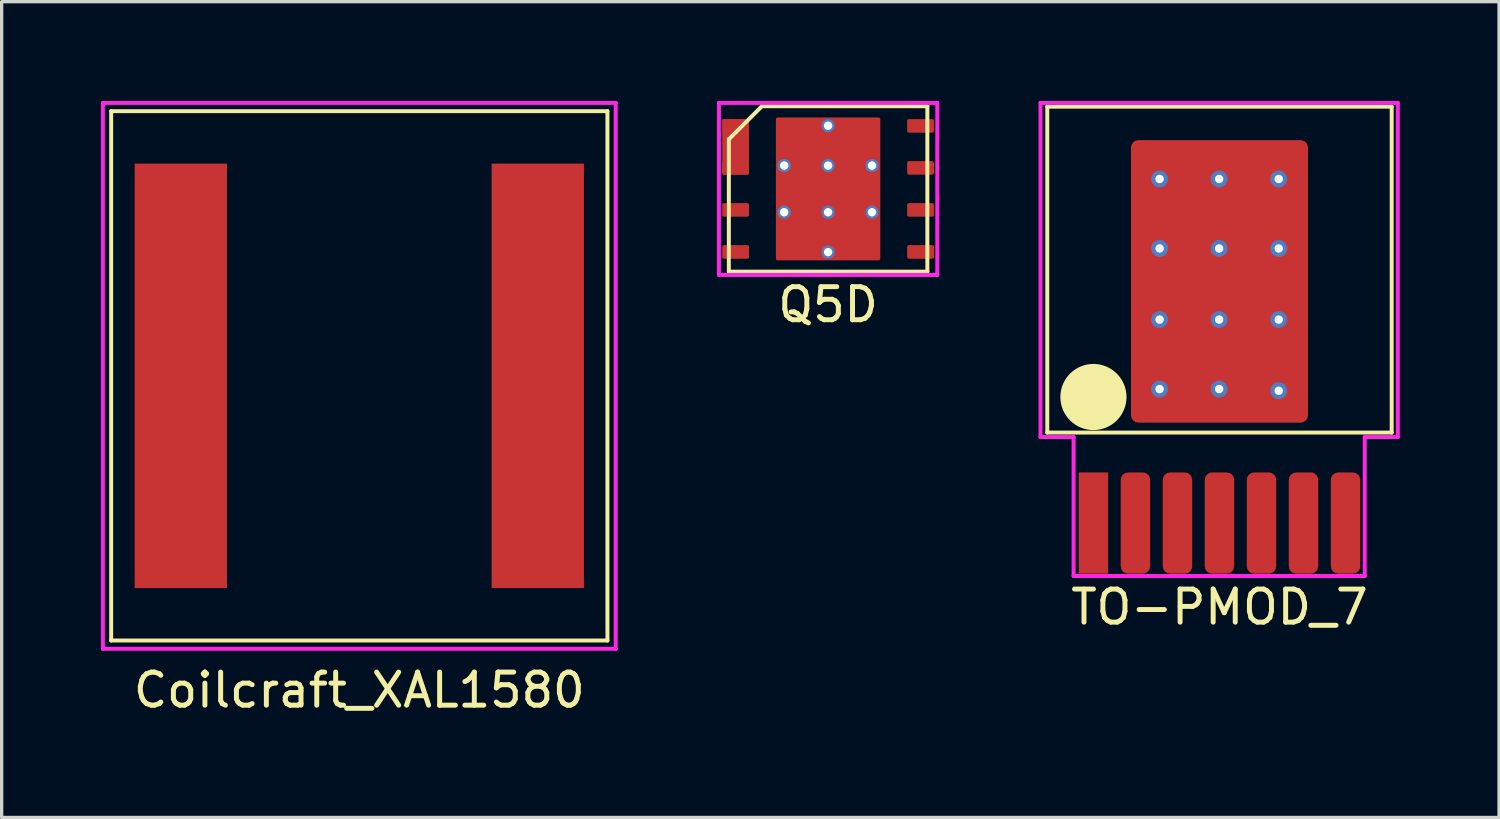
<source format=kicad_pcb>
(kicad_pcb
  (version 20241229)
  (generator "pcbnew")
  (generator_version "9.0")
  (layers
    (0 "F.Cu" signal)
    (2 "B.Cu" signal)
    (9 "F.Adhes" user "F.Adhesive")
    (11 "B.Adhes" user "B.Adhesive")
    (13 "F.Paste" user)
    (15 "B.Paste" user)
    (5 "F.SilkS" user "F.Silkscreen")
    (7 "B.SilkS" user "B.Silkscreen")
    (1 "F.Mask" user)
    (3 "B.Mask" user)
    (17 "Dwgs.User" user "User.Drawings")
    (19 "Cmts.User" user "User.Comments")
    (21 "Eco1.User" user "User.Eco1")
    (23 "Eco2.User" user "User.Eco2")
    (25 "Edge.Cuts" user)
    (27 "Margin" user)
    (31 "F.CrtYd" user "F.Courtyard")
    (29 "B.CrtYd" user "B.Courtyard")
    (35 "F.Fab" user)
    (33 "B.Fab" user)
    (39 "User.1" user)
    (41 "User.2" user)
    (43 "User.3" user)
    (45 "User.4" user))
  (footprint "Coilcraft_XAL1580"
    (layer "F.Cu")
    (at 7.81 8.31)
    (property "Reference" "Coilcraft_XAL1580" (at 0 9.5 0) (layer "F.SilkS") (effects (font (size 1 1) (thickness 0.15))))
    (attr through_hole)
    (fp_line (start -7.5 -8) (end -7.5 8) (stroke (width 0.12) (type solid)) (layer "F.SilkS"))
    (fp_line (start -7.5 8) (end 7.5 8) (stroke (width 0.12) (type solid)) (layer "F.SilkS"))
    (fp_line (start 7.5 -8) (end -7.5 -8) (stroke (width 0.12) (type solid)) (layer "F.SilkS"))
    (fp_line (start 7.5 8) (end 7.5 -8) (stroke (width 0.12) (type solid)) (layer "F.SilkS"))
    (fp_line (start -7.75 -8.25) (end -7.75 8.25) (stroke (width 0.12) (type solid)) (layer "F.CrtYd"))
    (fp_line (start -7.75 8.25) (end 7.75 8.25) (stroke (width 0.12) (type solid)) (layer "F.CrtYd"))
    (fp_line (start 7.75 -8.25) (end -7.75 -8.25) (stroke (width 0.12) (type solid)) (layer "F.CrtYd"))
    (fp_line (start 7.75 8.25) (end 7.75 -8.25) (stroke (width 0.12) (type solid)) (layer "F.CrtYd"))
    (pad "1" smd rect (at 5.395 0) (size 2.79 12.83) (layers "F.Cu" "F.Mask" "F.Paste"))
    (pad "2" smd rect (at -5.395 0) (size 2.79 12.83) (layers "F.Cu" "F.Mask" "F.Paste")))
  (footprint "Q5D"
    (layer "F.Cu")
    (at 21.98 2.66)
    (property "Reference" "Q5D" (at 0 3.5 0) (layer "F.SilkS") (effects (font (size 1 1) (thickness 0.15))))
    (attr through_hole)
    (fp_poly (pts (xy -3.15 -2.06) (xy -2.44 -2.06) (xy -2.44 -0.48) (xy -3.15 -0.48) (xy -3.15 -0.79) (xy -2.8 -0.79) (xy -2.8 -1.75) (xy -3.15 -1.75)) (stroke (width 0.1) (type solid)) (fill yes) (layer "F.Mask"))
    (fp_line (start -3 -1.5) (end -3 2.5) (stroke (width 0.12) (type solid)) (layer "F.SilkS"))
    (fp_line (start -3 2.5) (end 3 2.5) (stroke (width 0.12) (type solid)) (layer "F.SilkS"))
    (fp_line (start -2 -2.5) (end -3 -1.5) (stroke (width 0.12) (type solid)) (layer "F.SilkS"))
    (fp_line (start 3 -2.5) (end -2 -2.5) (stroke (width 0.12) (type solid)) (layer "F.SilkS"))
    (fp_line (start 3 2.5) (end 3 -2.5) (stroke (width 0.12) (type solid)) (layer "F.SilkS"))
    (fp_poly (pts (xy -2.8 -1.5) (xy -2.8 -1.04) (xy -2.44 -1.04) (xy -2.44 -1.5)) (stroke (width 0.1) (type solid)) (fill yes) (layer "F.Paste"))
    (fp_line (start -3.3 -2.6) (end 3.3 -2.6) (stroke (width 0.12) (type solid)) (layer "F.CrtYd"))
    (fp_line (start -3.3 2.6) (end -3.3 -2.6) (stroke (width 0.12) (type solid)) (layer "F.CrtYd"))
    (fp_line (start 3.3 -2.6) (end 3.3 2.6) (stroke (width 0.12) (type solid)) (layer "F.CrtYd"))
    (fp_line (start 3.3 2.6) (end -3.3 2.6) (stroke (width 0.12) (type solid)) (layer "F.CrtYd"))
    (pad "1" smd roundrect (at -2.795 -1.905) (size 0.81 0.41) (layers "F.Cu" "F.Mask" "F.Paste") (roundrect_rratio 0.122))
    (pad "1" smd roundrect (at -2.795 -1.27) (size 0.81 1.68) (layers "F.Cu") (roundrect_rratio 0.062))
    (pad "2" smd roundrect (at -2.795 -0.635) (size 0.81 0.41) (layers "F.Cu" "F.Mask" "F.Paste") (roundrect_rratio 0.122))
    (pad "3" smd roundrect (at -2.795 0.635) (size 0.81 0.41) (layers "F.Cu" "F.Mask" "F.Paste") (roundrect_rratio 0.122))
    (pad "4" smd roundrect (at -2.795 1.905) (size 0.81 0.41) (layers "F.Cu" "F.Mask" "F.Paste") (roundrect_rratio 0.122))
    (pad "5" smd roundrect (at 2.795 1.905) (size 0.81 0.41) (layers "F.Cu" "F.Mask" "F.Paste") (roundrect_rratio 0.122))
    (pad "6" smd roundrect (at 2.795 0.635) (size 0.81 0.41) (layers "F.Cu" "F.Mask" "F.Paste") (roundrect_rratio 0.122))
    (pad "7" smd roundrect (at 2.795 -0.635) (size 0.81 0.41) (layers "F.Cu" "F.Mask" "F.Paste") (roundrect_rratio 0.122))
    (pad "8" smd roundrect (at 2.795 -1.905) (size 0.81 0.41) (layers "F.Cu" "F.Mask" "F.Paste") (roundrect_rratio 0.122))
    (pad "GND" thru_hole circle (at -1.328 -0.705) (size 0.4 0.4) (drill 0.254) (layers "*.Cu" "F.Mask"))
    (pad "GND" thru_hole circle (at -1.328 0.705) (size 0.4 0.4) (drill 0.254) (layers "*.Cu" "F.Mask"))
    (pad "GND" smd roundrect (at -0.785 -1.41) (size 1.31 1.11) (layers "F.Cu" "F.Mask" "F.Paste") (roundrect_rratio 0.041))
    (pad "GND" smd roundrect (at -0.785 0) (size 1.31 1.15) (layers "F.Cu" "F.Mask" "F.Paste") (roundrect_rratio 0.041))
    (pad "GND" smd roundrect (at -0.785 1.41) (size 1.31 1.15) (layers "F.Cu" "F.Mask" "F.Paste") (roundrect_rratio 0.041))
    (pad "GND" thru_hole circle (at 0 -1.91) (size 0.4 0.4) (drill 0.254) (layers "*.Cu" "F.Mask"))
    (pad "GND" thru_hole circle (at 0 -0.705) (size 0.4 0.4) (drill 0.254) (layers "*.Cu" "F.Mask"))
    (pad "GND" smd roundrect (at 0 0) (size 3.156 4.319) (layers "F.Cu" "F.Mask") (roundrect_rratio 0.016))
    (pad "GND" thru_hole circle (at 0 0.705) (size 0.4 0.4) (drill 0.254) (layers "*.Cu" "F.Mask"))
    (pad "GND" thru_hole circle (at 0 1.91) (size 0.4 0.4) (drill 0.254) (layers "*.Cu" "F.Mask"))
    (pad "GND" smd roundrect (at 0.785 -1.41) (size 1.31 1.15) (layers "F.Cu" "F.Mask" "F.Paste") (roundrect_rratio 0.041))
    (pad "GND" smd roundrect (at 0.785 0) (size 1.31 1.15) (layers "F.Cu" "F.Mask" "F.Paste") (roundrect_rratio 0.041))
    (pad "GND" smd roundrect (at 0.785 1.41) (size 1.31 1.15) (layers "F.Cu" "F.Mask" "F.Paste") (roundrect_rratio 0.041))
    (pad "GND" thru_hole circle (at 1.328 -0.705) (size 0.4 0.4) (drill 0.254) (layers "*.Cu" "F.Mask"))
    (pad "GND" thru_hole circle (at 1.328 0.705) (size 0.4 0.4) (drill 0.254) (layers "*.Cu" "F.Mask")))
  (footprint "TO-PMOD_7"
    (layer "F.Cu")
    (at 30 12.76)
    (property "Reference" "TO-PMOD_7" (at 3.81 2.54 0) (layer "F.SilkS") (effects (font (size 1 1) (thickness 0.15))))
    (attr through_hole)
    (fp_line (start -1.395 -12.585) (end -1.395 -2.735) (stroke (width 0.12) (type solid)) (layer "F.SilkS"))
    (fp_line (start -1.395 -12.585) (end 9.015 -12.585) (stroke (width 0.12) (type solid)) (layer "F.SilkS"))
    (fp_line (start 9.015 -12.585) (end 9.015 -2.735) (stroke (width 0.12) (type solid)) (layer "F.SilkS"))
    (fp_line (start 9.015 -2.735) (end -1.395 -2.735) (stroke (width 0.12) (type solid)) (layer "F.SilkS"))
    (fp_circle (center 0 -3.81) (end 0 -3.81) (stroke (width 1) (type solid)) (fill no) (layer "F.SilkS"))
    (fp_line (start -1.6 -12.7) (end -1.6 -2.6) (stroke (width 0.12) (type solid)) (layer "F.CrtYd"))
    (fp_line (start -0.6 -2.6) (end -1.6 -2.6) (stroke (width 0.12) (type solid)) (layer "F.CrtYd"))
    (fp_line (start -0.6 1.6) (end -0.6 -2.6) (stroke (width 0.12) (type solid)) (layer "F.CrtYd"))
    (fp_line (start 8.2 -2.6) (end 8.2 1.6) (stroke (width 0.12) (type solid)) (layer "F.CrtYd"))
    (fp_line (start 8.2 1.6) (end -0.6 1.6) (stroke (width 0.12) (type solid)) (layer "F.CrtYd"))
    (fp_line (start 9.2 -12.7) (end -1.6 -12.7) (stroke (width 0.12) (type solid)) (layer "F.CrtYd"))
    (fp_line (start 9.2 -2.6) (end 8.2 -2.6) (stroke (width 0.12) (type solid)) (layer "F.CrtYd"))
    (fp_line (start 9.2 -2.6) (end 9.2 -12.7) (stroke (width 0.12) (type solid)) (layer "F.CrtYd"))
    (pad "1" smd rect (at 0 0) (size 0.89 3.06) (layers "F.Cu" "F.Mask" "F.Paste"))
    (pad "2" smd roundrect (at 1.27 0) (size 0.89 3.06) (layers "F.Cu" "F.Mask" "F.Paste") (roundrect_rratio 0.25))
    (pad "3" smd roundrect (at 2.54 0) (size 0.89 3.06) (layers "F.Cu" "F.Mask" "F.Paste") (roundrect_rratio 0.25))
    (pad "4" smd roundrect (at 3.81 0) (size 0.89 3.06) (layers "F.Cu" "F.Mask" "F.Paste") (roundrect_rratio 0.25))
    (pad "5" smd roundrect (at 5.08 0) (size 0.89 3.06) (layers "F.Cu" "F.Mask" "F.Paste") (roundrect_rratio 0.25))
    (pad "6" smd roundrect (at 6.35 0) (size 0.89 3.06) (layers "F.Cu" "F.Mask" "F.Paste") (roundrect_rratio 0.25))
    (pad "7" smd roundrect (at 7.62 0) (size 0.89 3.06) (layers "F.Cu" "F.Mask" "F.Paste") (roundrect_rratio 0.25))
    (pad "GND" thru_hole circle (at 2 -10.4) (size 0.508 0.508) (drill 0.254) (layers "*.Cu"))
    (pad "GND" thru_hole circle (at 2 -8.3) (size 0.508 0.508) (drill 0.254) (layers "*.Cu"))
    (pad "GND" thru_hole circle (at 2 -6.15) (size 0.508 0.508) (drill 0.254) (layers "*.Cu"))
    (pad "GND" thru_hole circle (at 2 -4.05) (size 0.508 0.508) (drill 0.254) (layers "*.Cu"))
    (pad "GND" smd roundrect (at 2.85 -5.1) (size 1.3 1.6) (layers "F.Cu" "F.Mask" "F.Paste") (roundrect_rratio 0.292))
    (pad "GND" smd roundrect (at 2.9 -9.35) (size 1.3 1.6) (layers "F.Cu" "F.Mask" "F.Paste") (roundrect_rratio 0.292))
    (pad "GND" smd roundrect (at 2.9 -7.25) (size 1.3 1.6) (layers "F.Cu" "F.Mask" "F.Paste") (roundrect_rratio 0.292))
    (pad "GND" thru_hole circle (at 3.8 -10.4) (size 0.508 0.508) (drill 0.254) (layers "*.Cu"))
    (pad "GND" thru_hole circle (at 3.8 -8.3) (size 0.508 0.508) (drill 0.254) (layers "*.Cu"))
    (pad "GND" thru_hole circle (at 3.8 -6.15) (size 0.508 0.508) (drill 0.254) (layers "*.Cu"))
    (pad "GND" thru_hole circle (at 3.8 -4.05) (size 0.508 0.508) (drill 0.254) (layers "*.Cu"))
    (pad "GND" smd roundrect (at 3.81 -7.305) (size 5.35 8.54) (layers "F.Cu" "F.Mask") (roundrect_rratio 0.042))
    (pad "GND" smd roundrect (at 4.7 -7.25) (size 1.3 1.6) (layers "F.Cu" "F.Mask" "F.Paste") (roundrect_rratio 0.292))
    (pad "GND" smd roundrect (at 4.75 -9.35) (size 1.4 1.6) (layers "F.Cu" "F.Mask" "F.Paste") (roundrect_rratio 0.292))
    (pad "GND" smd roundrect (at 4.75 -5.05) (size 1.3 1.6) (layers "F.Cu" "F.Mask" "F.Paste") (roundrect_rratio 0.292))
    (pad "GND" thru_hole circle (at 5.6 -10.4) (size 0.508 0.508) (drill 0.254) (layers "*.Cu"))
    (pad "GND" thru_hole circle (at 5.6 -8.3) (size 0.508 0.508) (drill 0.254) (layers "*.Cu"))
    (pad "GND" thru_hole circle (at 5.6 -6.15) (size 0.508 0.508) (drill 0.254) (layers "*.Cu"))
    (pad "GND" thru_hole circle (at 5.6 -4) (size 0.508 0.508) (drill 0.254) (layers "*.Cu")))
  (gr_rect
    (start -3 -3)
    (end 42.26 21.658)
    (stroke (width 0.1) (type default))
    (fill no)
    (layer "Edge.Cuts")))
</source>
